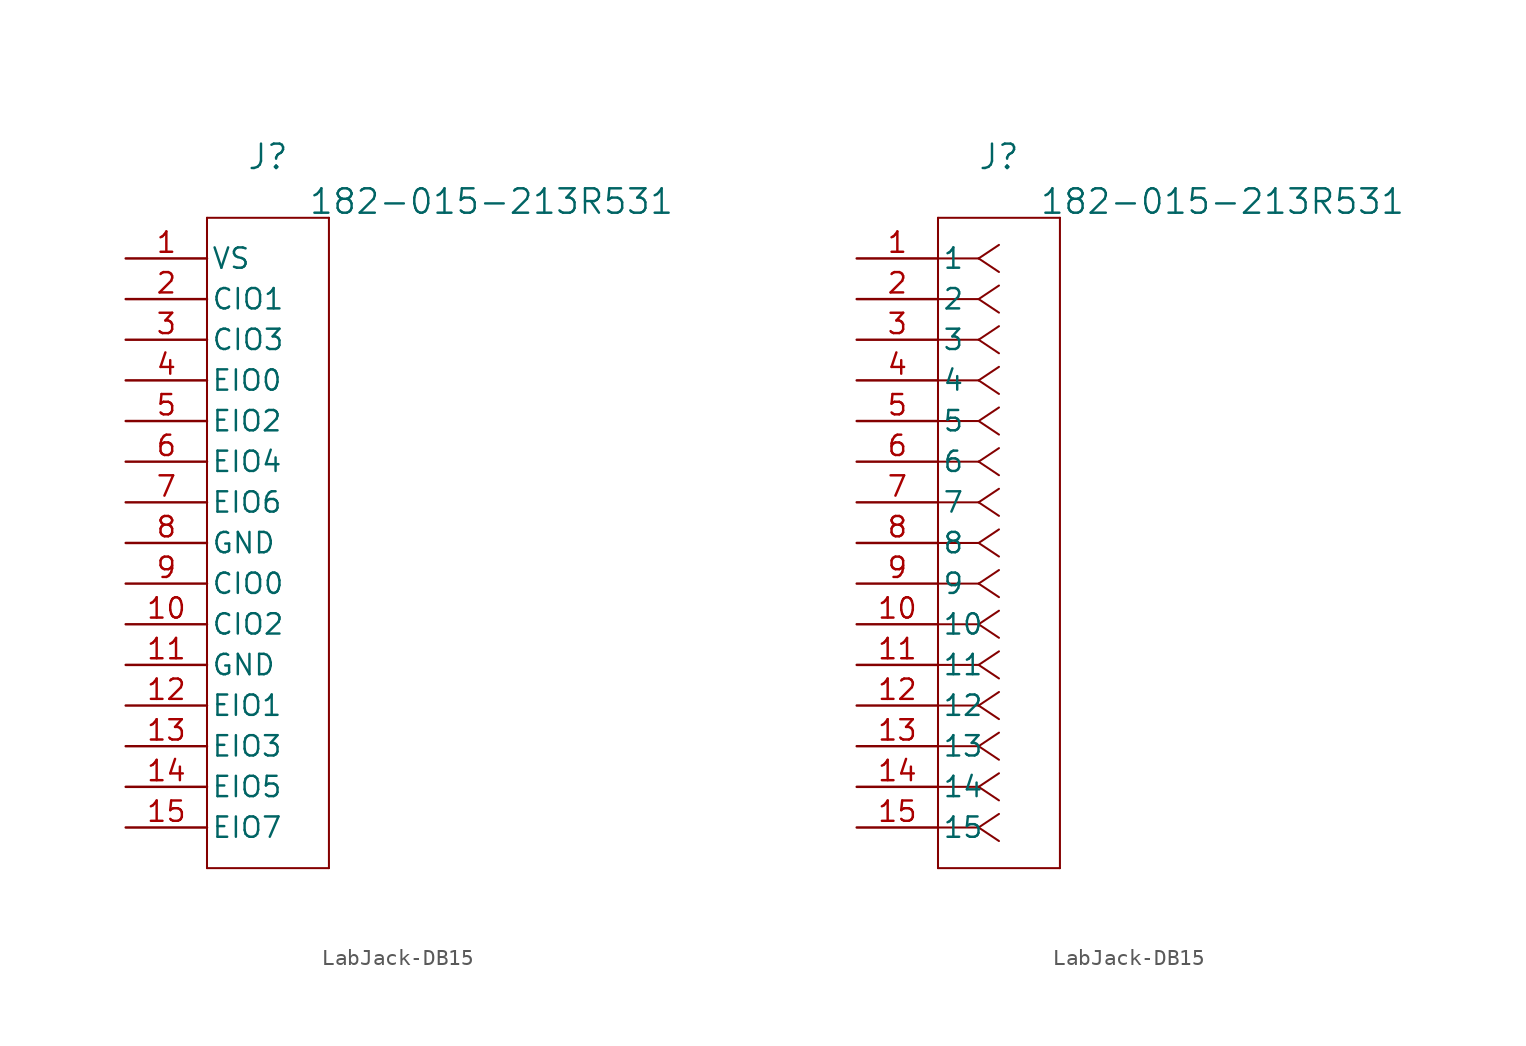
<source format=kicad_sym>
(kicad_symbol_lib
  (version 20241209)
  (generator "kicad_symbol_editor")
  (generator_version "9.0")
  (symbol "LabJack-DB15"
    (pin_names
      (offset 0.254))
    (property "Reference" "J"
      (at 8.89 6.35 0)
      (effects (font (size 1.524 1.524))))
    (property "Value" "182-015-213R531"
      (at 22.86 3.556 0)
      (effects (font (size 1.524 1.524))))
    (property "ki_locked" ""
      (at 0 0 0)
      (effects (font (size 1.27 1.27))))
    (symbol "LabJack-DB15_1_1"
      (polyline (pts (xy 5.08 2.54) (xy 5.08 -38.1)) (stroke (width 0.127) (type default)) (fill (type none)))
      (polyline (pts (xy 5.08 -38.1) (xy 12.7 -38.1)) (stroke (width 0.127) (type default)) (fill (type none)))
      (polyline (pts (xy 12.7 2.54) (xy 5.08 2.54)) (stroke (width 0.127) (type default)) (fill (type none)))
      (polyline (pts (xy 12.7 -38.1) (xy 12.7 2.54)) (stroke (width 0.127) (type default)) (fill (type none)))
      (pin unspecified line (at 0 0 0) (length 5.08) (name "VS" (effects (font (size 1.27 1.27)))) (number "1" (effects (font (size 1.27 1.27)))))
      (pin unspecified line (at 0 -2.54 0) (length 5.08) (name "CIO1" (effects (font (size 1.27 1.27)))) (number "2" (effects (font (size 1.27 1.27)))))
      (pin unspecified line (at 0 -5.08 0) (length 5.08) (name "CIO3" (effects (font (size 1.27 1.27)))) (number "3" (effects (font (size 1.27 1.27)))))
      (pin unspecified line (at 0 -7.62 0) (length 5.08) (name "EIO0" (effects (font (size 1.27 1.27)))) (number "4" (effects (font (size 1.27 1.27)))))
      (pin unspecified line (at 0 -10.16 0) (length 5.08) (name "EIO2" (effects (font (size 1.27 1.27)))) (number "5" (effects (font (size 1.27 1.27)))))
      (pin unspecified line (at 0 -12.7 0) (length 5.08) (name "EIO4" (effects (font (size 1.27 1.27)))) (number "6" (effects (font (size 1.27 1.27)))))
      (pin unspecified line (at 0 -15.24 0) (length 5.08) (name "EIO6" (effects (font (size 1.27 1.27)))) (number "7" (effects (font (size 1.27 1.27)))))
      (pin unspecified line (at 0 -17.78 0) (length 5.08) (name "GND" (effects (font (size 1.27 1.27)))) (number "8" (effects (font (size 1.27 1.27)))))
      (pin unspecified line (at 0 -20.32 0) (length 5.08) (name "CIO0" (effects (font (size 1.27 1.27)))) (number "9" (effects (font (size 1.27 1.27)))))
      (pin unspecified line (at 0 -22.86 0) (length 5.08) (name "CIO2" (effects (font (size 1.27 1.27)))) (number "10" (effects (font (size 1.27 1.27)))))
      (pin unspecified line (at 0 -25.4 0) (length 5.08) (name "GND" (effects (font (size 1.27 1.27)))) (number "11" (effects (font (size 1.27 1.27)))))
      (pin unspecified line (at 0 -27.94 0) (length 5.08) (name "EIO1" (effects (font (size 1.27 1.27)))) (number "12" (effects (font (size 1.27 1.27)))))
      (pin unspecified line (at 0 -30.48 0) (length 5.08) (name "EIO3" (effects (font (size 1.27 1.27)))) (number "13" (effects (font (size 1.27 1.27)))))
      (pin unspecified line (at 0 -33.02 0) (length 5.08) (name "EIO5" (effects (font (size 1.27 1.27)))) (number "14" (effects (font (size 1.27 1.27)))))
      (pin unspecified line (at 0 -35.56 0) (length 5.08) (name "EIO7" (effects (font (size 1.27 1.27)))) (number "15" (effects (font (size 1.27 1.27))))))
    (symbol "LabJack-DB15_1_2"
      (polyline (pts (xy 5.08 2.54) (xy 5.08 -38.1)) (stroke (width 0.127) (type default)) (fill (type none)))
      (polyline (pts (xy 5.08 -38.1) (xy 12.7 -38.1)) (stroke (width 0.127) (type default)) (fill (type none)))
      (polyline (pts (xy 7.62 0) (xy 5.08 0)) (stroke (width 0.127) (type default)) (fill (type none)))
      (polyline (pts (xy 7.62 0) (xy 8.89 0.847)) (stroke (width 0.127) (type default)) (fill (type none)))
      (polyline (pts (xy 7.62 0) (xy 8.89 -0.847)) (stroke (width 0.127) (type default)) (fill (type none)))
      (polyline (pts (xy 7.62 -2.54) (xy 5.08 -2.54)) (stroke (width 0.127) (type default)) (fill (type none)))
      (polyline (pts (xy 7.62 -2.54) (xy 8.89 -1.693)) (stroke (width 0.127) (type default)) (fill (type none)))
      (polyline (pts (xy 7.62 -2.54) (xy 8.89 -3.387)) (stroke (width 0.127) (type default)) (fill (type none)))
      (polyline (pts (xy 7.62 -5.08) (xy 5.08 -5.08)) (stroke (width 0.127) (type default)) (fill (type none)))
      (polyline (pts (xy 7.62 -5.08) (xy 8.89 -4.233)) (stroke (width 0.127) (type default)) (fill (type none)))
      (polyline (pts (xy 7.62 -5.08) (xy 8.89 -5.927)) (stroke (width 0.127) (type default)) (fill (type none)))
      (polyline (pts (xy 7.62 -7.62) (xy 5.08 -7.62)) (stroke (width 0.127) (type default)) (fill (type none)))
      (polyline (pts (xy 7.62 -7.62) (xy 8.89 -6.773)) (stroke (width 0.127) (type default)) (fill (type none)))
      (polyline (pts (xy 7.62 -7.62) (xy 8.89 -8.467)) (stroke (width 0.127) (type default)) (fill (type none)))
      (polyline (pts (xy 7.62 -10.16) (xy 5.08 -10.16)) (stroke (width 0.127) (type default)) (fill (type none)))
      (polyline (pts (xy 7.62 -10.16) (xy 8.89 -9.313)) (stroke (width 0.127) (type default)) (fill (type none)))
      (polyline (pts (xy 7.62 -10.16) (xy 8.89 -11.007)) (stroke (width 0.127) (type default)) (fill (type none)))
      (polyline (pts (xy 7.62 -12.7) (xy 5.08 -12.7)) (stroke (width 0.127) (type default)) (fill (type none)))
      (polyline (pts (xy 7.62 -12.7) (xy 8.89 -11.853)) (stroke (width 0.127) (type default)) (fill (type none)))
      (polyline (pts (xy 7.62 -12.7) (xy 8.89 -13.547)) (stroke (width 0.127) (type default)) (fill (type none)))
      (polyline (pts (xy 7.62 -15.24) (xy 5.08 -15.24)) (stroke (width 0.127) (type default)) (fill (type none)))
      (polyline (pts (xy 7.62 -15.24) (xy 8.89 -14.393)) (stroke (width 0.127) (type default)) (fill (type none)))
      (polyline (pts (xy 7.62 -15.24) (xy 8.89 -16.087)) (stroke (width 0.127) (type default)) (fill (type none)))
      (polyline (pts (xy 7.62 -17.78) (xy 5.08 -17.78)) (stroke (width 0.127) (type default)) (fill (type none)))
      (polyline (pts (xy 7.62 -17.78) (xy 8.89 -16.933)) (stroke (width 0.127) (type default)) (fill (type none)))
      (polyline (pts (xy 7.62 -17.78) (xy 8.89 -18.627)) (stroke (width 0.127) (type default)) (fill (type none)))
      (polyline (pts (xy 7.62 -20.32) (xy 5.08 -20.32)) (stroke (width 0.127) (type default)) (fill (type none)))
      (polyline (pts (xy 7.62 -20.32) (xy 8.89 -19.473)) (stroke (width 0.127) (type default)) (fill (type none)))
      (polyline (pts (xy 7.62 -20.32) (xy 8.89 -21.167)) (stroke (width 0.127) (type default)) (fill (type none)))
      (polyline (pts (xy 7.62 -22.86) (xy 5.08 -22.86)) (stroke (width 0.127) (type default)) (fill (type none)))
      (polyline (pts (xy 7.62 -22.86) (xy 8.89 -22.013)) (stroke (width 0.127) (type default)) (fill (type none)))
      (polyline (pts (xy 7.62 -22.86) (xy 8.89 -23.707)) (stroke (width 0.127) (type default)) (fill (type none)))
      (polyline (pts (xy 7.62 -25.4) (xy 5.08 -25.4)) (stroke (width 0.127) (type default)) (fill (type none)))
      (polyline (pts (xy 7.62 -25.4) (xy 8.89 -24.553)) (stroke (width 0.127) (type default)) (fill (type none)))
      (polyline (pts (xy 7.62 -25.4) (xy 8.89 -26.247)) (stroke (width 0.127) (type default)) (fill (type none)))
      (polyline (pts (xy 7.62 -27.94) (xy 5.08 -27.94)) (stroke (width 0.127) (type default)) (fill (type none)))
      (polyline (pts (xy 7.62 -27.94) (xy 8.89 -27.093)) (stroke (width 0.127) (type default)) (fill (type none)))
      (polyline (pts (xy 7.62 -27.94) (xy 8.89 -28.787)) (stroke (width 0.127) (type default)) (fill (type none)))
      (polyline (pts (xy 7.62 -30.48) (xy 5.08 -30.48)) (stroke (width 0.127) (type default)) (fill (type none)))
      (polyline (pts (xy 7.62 -30.48) (xy 8.89 -29.633)) (stroke (width 0.127) (type default)) (fill (type none)))
      (polyline (pts (xy 7.62 -30.48) (xy 8.89 -31.327)) (stroke (width 0.127) (type default)) (fill (type none)))
      (polyline (pts (xy 7.62 -33.02) (xy 5.08 -33.02)) (stroke (width 0.127) (type default)) (fill (type none)))
      (polyline (pts (xy 7.62 -33.02) (xy 8.89 -32.173)) (stroke (width 0.127) (type default)) (fill (type none)))
      (polyline (pts (xy 7.62 -33.02) (xy 8.89 -33.867)) (stroke (width 0.127) (type default)) (fill (type none)))
      (polyline (pts (xy 7.62 -35.56) (xy 5.08 -35.56)) (stroke (width 0.127) (type default)) (fill (type none)))
      (polyline (pts (xy 7.62 -35.56) (xy 8.89 -34.713)) (stroke (width 0.127) (type default)) (fill (type none)))
      (polyline (pts (xy 7.62 -35.56) (xy 8.89 -36.407)) (stroke (width 0.127) (type default)) (fill (type none)))
      (polyline (pts (xy 12.7 2.54) (xy 5.08 2.54)) (stroke (width 0.127) (type default)) (fill (type none)))
      (polyline (pts (xy 12.7 -38.1) (xy 12.7 2.54)) (stroke (width 0.127) (type default)) (fill (type none)))
      (pin unspecified line (at 0 0 0) (length 5.08) (name "1" (effects (font (size 1.27 1.27)))) (number "1" (effects (font (size 1.27 1.27)))))
      (pin unspecified line (at 0 -2.54 0) (length 5.08) (name "2" (effects (font (size 1.27 1.27)))) (number "2" (effects (font (size 1.27 1.27)))))
      (pin unspecified line (at 0 -5.08 0) (length 5.08) (name "3" (effects (font (size 1.27 1.27)))) (number "3" (effects (font (size 1.27 1.27)))))
      (pin unspecified line (at 0 -7.62 0) (length 5.08) (name "4" (effects (font (size 1.27 1.27)))) (number "4" (effects (font (size 1.27 1.27)))))
      (pin unspecified line (at 0 -10.16 0) (length 5.08) (name "5" (effects (font (size 1.27 1.27)))) (number "5" (effects (font (size 1.27 1.27)))))
      (pin unspecified line (at 0 -12.7 0) (length 5.08) (name "6" (effects (font (size 1.27 1.27)))) (number "6" (effects (font (size 1.27 1.27)))))
      (pin unspecified line (at 0 -15.24 0) (length 5.08) (name "7" (effects (font (size 1.27 1.27)))) (number "7" (effects (font (size 1.27 1.27)))))
      (pin unspecified line (at 0 -17.78 0) (length 5.08) (name "8" (effects (font (size 1.27 1.27)))) (number "8" (effects (font (size 1.27 1.27)))))
      (pin unspecified line (at 0 -20.32 0) (length 5.08) (name "9" (effects (font (size 1.27 1.27)))) (number "9" (effects (font (size 1.27 1.27)))))
      (pin unspecified line (at 0 -22.86 0) (length 5.08) (name "10" (effects (font (size 1.27 1.27)))) (number "10" (effects (font (size 1.27 1.27)))))
      (pin unspecified line (at 0 -25.4 0) (length 5.08) (name "11" (effects (font (size 1.27 1.27)))) (number "11" (effects (font (size 1.27 1.27)))))
      (pin unspecified line (at 0 -27.94 0) (length 5.08) (name "12" (effects (font (size 1.27 1.27)))) (number "12" (effects (font (size 1.27 1.27)))))
      (pin unspecified line (at 0 -30.48 0) (length 5.08) (name "13" (effects (font (size 1.27 1.27)))) (number "13" (effects (font (size 1.27 1.27)))))
      (pin unspecified line (at 0 -33.02 0) (length 5.08) (name "14" (effects (font (size 1.27 1.27)))) (number "14" (effects (font (size 1.27 1.27)))))
      (pin unspecified line (at 0 -35.56 0) (length 5.08) (name "15" (effects (font (size 1.27 1.27)))) (number "15" (effects (font (size 1.27 1.27))))))))
</source>
